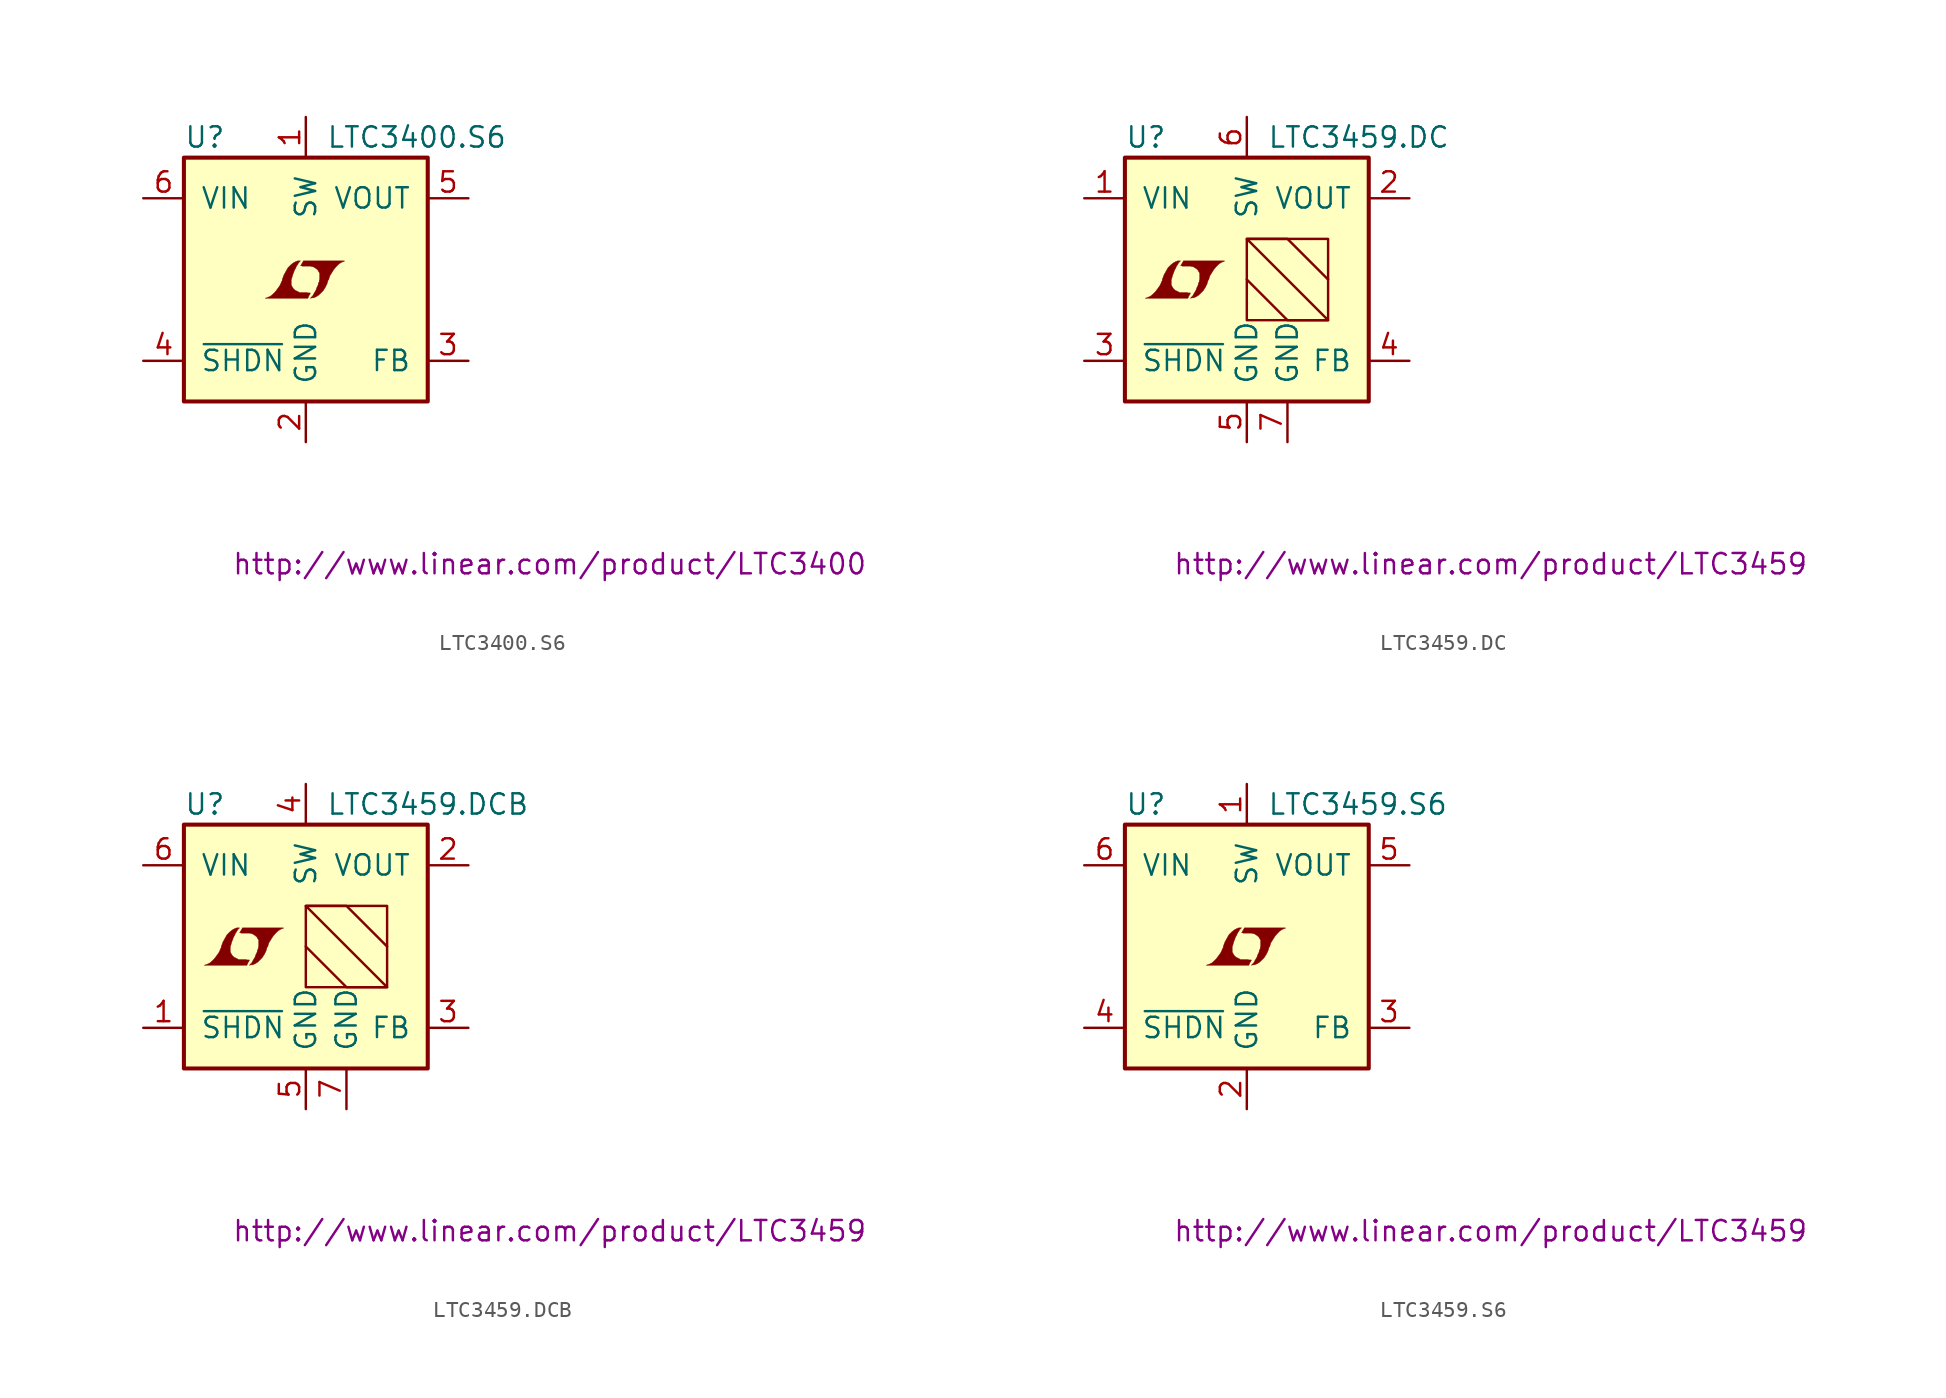
<source format=kicad_sym>
(kicad_symbol_lib
  (version 20201005)
  (generator kicad_symbol_editor)
  (symbol "LTC3400.S6"
    (pin_names
      (offset 1.016))
    (property "Reference" "U"
      (at -7.62 8.89 0)
      (effects (font (size 1.27 1.27)) (justify left)))
    (property "Value" "LTC3400.S6"
      (at 1.27 8.89 0)
      (effects (font (size 1.27 1.27)) (justify left)))
    (property "Datasheet" "http://www.linear.com/product/LTC3400"
      (at 15.24 -17.78 0)
      (effects (font (size 1.27 1.27))))
    (symbol "LTC3400.S6_0_0"
      (polyline (pts (xy 0.203 -0.991) (xy 0.229 -0.965) (xy 0.279 -0.864) (xy 0.279 -0.838) (xy 0.152 -0.838) (xy 0.051 -0.813) (xy -0.406 -0.813) (xy -0.432 -0.787) (xy -0.686 -0.66) (xy -0.787 -0.559) (xy -0.864 -0.432) (xy -0.914 -0.33) (xy -0.914 -0.025) (xy -0.864 0.127) (xy -0.838 0.229) (xy -0.813 0.305) (xy -0.762 0.432) (xy -0.711 0.584) (xy -0.635 0.711) (xy -0.584 0.838) (xy -0.508 0.94) (xy -0.457 1.041) (xy -0.33 1.168) (xy -0.508 1.168) (xy -0.635 1.118) (xy -0.737 1.067) (xy -0.813 1.016) (xy -0.94 0.914) (xy -1.118 0.737) (xy -1.372 0.279) (xy -1.473 0) (xy -1.473 -0.051) (xy -1.524 -0.152) (xy -1.575 -0.279) (xy -1.626 -0.381) (xy -1.753 -0.559) (xy -1.905 -0.762) (xy -2.057 -0.914) (xy -2.21 -1.041) (xy -2.388 -1.118) (xy -2.54 -1.168) (xy 0.127 -1.168) (xy 0.203 -0.991)) (stroke (width 0.025)) (fill (type outline)))
      (polyline (pts (xy 0.406 -1.143) (xy 0.483 -1.143) (xy 0.66 -1.067) (xy 0.813 -0.965) (xy 1.092 -0.686) (xy 1.219 -0.483) (xy 1.321 -0.279) (xy 1.397 -0.025) (xy 1.422 -0.025) (xy 1.499 0.229) (xy 1.753 0.635) (xy 1.905 0.813) (xy 2.057 0.965) (xy 2.21 1.067) (xy 2.388 1.143) (xy 2.413 1.143) (xy 2.413 1.168) (xy -0.152 1.168) (xy -0.229 1.016) (xy -0.254 0.991) (xy -0.305 0.889) (xy -0.33 0.864) (xy -0.279 0.864) (xy -0.229 0.838) (xy 0.305 0.838) (xy 0.356 0.813) (xy 0.406 0.813) (xy 0.483 0.787) (xy 0.61 0.711) (xy 0.737 0.61) (xy 0.813 0.483) (xy 0.838 0.432) (xy 0.864 0.406) (xy 0.864 0) (xy 0.838 -0.051) (xy 0.838 -0.127) (xy 0.787 -0.229) (xy 0.762 -0.356) (xy 0.686 -0.508) (xy 0.635 -0.66) (xy 0.483 -0.914) (xy 0.432 -1.016) (xy 0.279 -1.168) (xy 0.406 -1.143)) (stroke (width 0.025)) (fill (type outline))))
    (symbol "LTC3400.S6_0_1"
      (rectangle (start -7.62 7.62) (end 7.62 -7.62) (stroke (width 0.254)) (fill (type background))))
    (symbol "LTC3400.S6_1_1"
      (pin passive line (at 0 10.16 270) (length 2.54) (name "SW" (effects (font (size 1.27 1.27)))) (number "1" (effects (font (size 1.27 1.27)))))
      (pin power_in line (at 0 -10.16 90) (length 2.54) (name "GND" (effects (font (size 1.27 1.27)))) (number "2" (effects (font (size 1.27 1.27)))))
      (pin passive line (at 10.16 -5.08 180) (length 2.54) (name "FB" (effects (font (size 1.27 1.27)))) (number "3" (effects (font (size 1.27 1.27)))))
      (pin input line (at -10.16 -5.08 0) (length 2.54) (name "~SHDN~" (effects (font (size 1.27 1.27)))) (number "4" (effects (font (size 1.27 1.27)))))
      (pin power_out line (at 10.16 5.08 180) (length 2.54) (name "VOUT" (effects (font (size 1.27 1.27)))) (number "5" (effects (font (size 1.27 1.27)))))
      (pin power_in line (at -10.16 5.08 0) (length 2.54) (name "VIN" (effects (font (size 1.27 1.27)))) (number "6" (effects (font (size 1.27 1.27)))))))
  (symbol "LTC3459.DC"
    (pin_names
      (offset 1.016))
    (property "Reference" "U"
      (at -7.62 8.89 0)
      (effects (font (size 1.27 1.27)) (justify left)))
    (property "Value" "LTC3459.DC"
      (at 1.27 8.89 0)
      (effects (font (size 1.27 1.27)) (justify left)))
    (property "Datasheet" "http://www.linear.com/product/LTC3459"
      (at 15.24 -17.78 0)
      (effects (font (size 1.27 1.27))))
    (symbol "LTC3459.DC_0_0"
      (polyline (pts (xy -3.607 -0.991) (xy -3.581 -0.965) (xy -3.531 -0.864) (xy -3.531 -0.838) (xy -3.658 -0.838) (xy -3.759 -0.813) (xy -4.216 -0.813) (xy -4.242 -0.787) (xy -4.496 -0.66) (xy -4.597 -0.559) (xy -4.674 -0.432) (xy -4.724 -0.33) (xy -4.724 -0.025) (xy -4.674 0.127) (xy -4.648 0.229) (xy -4.623 0.305) (xy -4.572 0.432) (xy -4.521 0.584) (xy -4.445 0.711) (xy -4.394 0.838) (xy -4.318 0.94) (xy -4.267 1.041) (xy -4.14 1.168) (xy -4.318 1.168) (xy -4.445 1.118) (xy -4.547 1.067) (xy -4.623 1.016) (xy -4.75 0.914) (xy -4.928 0.737) (xy -5.182 0.279) (xy -5.283 0) (xy -5.283 -0.051) (xy -5.334 -0.152) (xy -5.385 -0.279) (xy -5.436 -0.381) (xy -5.563 -0.559) (xy -5.715 -0.762) (xy -5.867 -0.914) (xy -6.02 -1.041) (xy -6.198 -1.118) (xy -6.35 -1.168) (xy -3.683 -1.168) (xy -3.607 -0.991)) (stroke (width 0.025)) (fill (type outline)))
      (polyline (pts (xy -3.404 -1.143) (xy -3.327 -1.143) (xy -3.15 -1.067) (xy -2.997 -0.965) (xy -2.718 -0.686) (xy -2.591 -0.483) (xy -2.489 -0.279) (xy -2.413 -0.025) (xy -2.388 -0.025) (xy -2.311 0.229) (xy -2.057 0.635) (xy -1.905 0.813) (xy -1.753 0.965) (xy -1.6 1.067) (xy -1.422 1.143) (xy -1.397 1.143) (xy -1.397 1.168) (xy -3.962 1.168) (xy -4.039 1.016) (xy -4.064 0.991) (xy -4.115 0.889) (xy -4.14 0.864) (xy -4.089 0.864) (xy -4.039 0.838) (xy -3.505 0.838) (xy -3.454 0.813) (xy -3.404 0.813) (xy -3.327 0.787) (xy -3.2 0.711) (xy -3.073 0.61) (xy -2.997 0.483) (xy -2.972 0.432) (xy -2.946 0.406) (xy -2.946 0) (xy -2.972 -0.051) (xy -2.972 -0.127) (xy -3.023 -0.229) (xy -3.048 -0.356) (xy -3.124 -0.508) (xy -3.175 -0.66) (xy -3.327 -0.914) (xy -3.378 -1.016) (xy -3.531 -1.168) (xy -3.404 -1.143)) (stroke (width 0.025)) (fill (type outline))))
    (symbol "LTC3459.DC_0_1"
      (rectangle (start -7.62 7.62) (end 7.62 -7.62) (stroke (width 0.254)) (fill (type background)))
      (rectangle (start 0 2.54) (end 5.08 -2.54) (stroke (width 0)) (fill (type none)))
      (polyline (pts (xy 0 0) (xy 2.54 -2.54) (xy 5.08 -2.54) (xy 0 2.54) (xy 2.54 2.54) (xy 5.08 0)) (stroke (width 0)) (fill (type none))))
    (symbol "LTC3459.DC_1_1"
      (pin power_in line (at -10.16 5.08 0) (length 2.54) (name "VIN" (effects (font (size 1.27 1.27)))) (number "1" (effects (font (size 1.27 1.27)))))
      (pin power_out line (at 10.16 5.08 180) (length 2.54) (name "VOUT" (effects (font (size 1.27 1.27)))) (number "2" (effects (font (size 1.27 1.27)))))
      (pin input line (at -10.16 -5.08 0) (length 2.54) (name "~SHDN~" (effects (font (size 1.27 1.27)))) (number "3" (effects (font (size 1.27 1.27)))))
      (pin passive line (at 10.16 -5.08 180) (length 2.54) (name "FB" (effects (font (size 1.27 1.27)))) (number "4" (effects (font (size 1.27 1.27)))))
      (pin power_in line (at 0 -10.16 90) (length 2.54) (name "GND" (effects (font (size 1.27 1.27)))) (number "5" (effects (font (size 1.27 1.27)))))
      (pin passive line (at 0 10.16 270) (length 2.54) (name "SW" (effects (font (size 1.27 1.27)))) (number "6" (effects (font (size 1.27 1.27)))))
      (pin power_in line (at 2.54 -10.16 90) (length 2.54) (name "GND" (effects (font (size 1.27 1.27)))) (number "7" (effects (font (size 1.27 1.27)))))))
  (symbol "LTC3459.DCB"
    (pin_names
      (offset 1.016))
    (property "Reference" "U"
      (at -7.62 8.89 0)
      (effects (font (size 1.27 1.27)) (justify left)))
    (property "Value" "LTC3459.DCB"
      (at 1.27 8.89 0)
      (effects (font (size 1.27 1.27)) (justify left)))
    (property "Datasheet" "http://www.linear.com/product/LTC3459"
      (at 15.24 -17.78 0)
      (effects (font (size 1.27 1.27))))
    (symbol "LTC3459.DCB_0_0"
      (polyline (pts (xy -3.607 -0.991) (xy -3.581 -0.965) (xy -3.531 -0.864) (xy -3.531 -0.838) (xy -3.658 -0.838) (xy -3.759 -0.813) (xy -4.216 -0.813) (xy -4.242 -0.787) (xy -4.496 -0.66) (xy -4.597 -0.559) (xy -4.674 -0.432) (xy -4.724 -0.33) (xy -4.724 -0.025) (xy -4.674 0.127) (xy -4.648 0.229) (xy -4.623 0.305) (xy -4.572 0.432) (xy -4.521 0.584) (xy -4.445 0.711) (xy -4.394 0.838) (xy -4.318 0.94) (xy -4.267 1.041) (xy -4.14 1.168) (xy -4.318 1.168) (xy -4.445 1.118) (xy -4.547 1.067) (xy -4.623 1.016) (xy -4.75 0.914) (xy -4.928 0.737) (xy -5.182 0.279) (xy -5.283 0) (xy -5.283 -0.051) (xy -5.334 -0.152) (xy -5.385 -0.279) (xy -5.436 -0.381) (xy -5.563 -0.559) (xy -5.715 -0.762) (xy -5.867 -0.914) (xy -6.02 -1.041) (xy -6.198 -1.118) (xy -6.35 -1.168) (xy -3.683 -1.168) (xy -3.607 -0.991)) (stroke (width 0.025)) (fill (type outline)))
      (polyline (pts (xy -3.404 -1.143) (xy -3.327 -1.143) (xy -3.15 -1.067) (xy -2.997 -0.965) (xy -2.718 -0.686) (xy -2.591 -0.483) (xy -2.489 -0.279) (xy -2.413 -0.025) (xy -2.388 -0.025) (xy -2.311 0.229) (xy -2.057 0.635) (xy -1.905 0.813) (xy -1.753 0.965) (xy -1.6 1.067) (xy -1.422 1.143) (xy -1.397 1.143) (xy -1.397 1.168) (xy -3.962 1.168) (xy -4.039 1.016) (xy -4.064 0.991) (xy -4.115 0.889) (xy -4.14 0.864) (xy -4.089 0.864) (xy -4.039 0.838) (xy -3.505 0.838) (xy -3.454 0.813) (xy -3.404 0.813) (xy -3.327 0.787) (xy -3.2 0.711) (xy -3.073 0.61) (xy -2.997 0.483) (xy -2.972 0.432) (xy -2.946 0.406) (xy -2.946 0) (xy -2.972 -0.051) (xy -2.972 -0.127) (xy -3.023 -0.229) (xy -3.048 -0.356) (xy -3.124 -0.508) (xy -3.175 -0.66) (xy -3.327 -0.914) (xy -3.378 -1.016) (xy -3.531 -1.168) (xy -3.404 -1.143)) (stroke (width 0.025)) (fill (type outline))))
    (symbol "LTC3459.DCB_0_1"
      (rectangle (start -7.62 7.62) (end 7.62 -7.62) (stroke (width 0.254)) (fill (type background)))
      (rectangle (start 0 2.54) (end 5.08 -2.54) (stroke (width 0)) (fill (type none)))
      (polyline (pts (xy 0 0) (xy 2.54 -2.54) (xy 5.08 -2.54) (xy 0 2.54) (xy 2.54 2.54) (xy 5.08 0)) (stroke (width 0)) (fill (type none))))
    (symbol "LTC3459.DCB_1_1"
      (pin input line (at -10.16 -5.08 0) (length 2.54) (name "~SHDN~" (effects (font (size 1.27 1.27)))) (number "1" (effects (font (size 1.27 1.27)))))
      (pin power_out line (at 10.16 5.08 180) (length 2.54) (name "VOUT" (effects (font (size 1.27 1.27)))) (number "2" (effects (font (size 1.27 1.27)))))
      (pin passive line (at 10.16 -5.08 180) (length 2.54) (name "FB" (effects (font (size 1.27 1.27)))) (number "3" (effects (font (size 1.27 1.27)))))
      (pin passive line (at 0 10.16 270) (length 2.54) (name "SW" (effects (font (size 1.27 1.27)))) (number "4" (effects (font (size 1.27 1.27)))))
      (pin power_in line (at 0 -10.16 90) (length 2.54) (name "GND" (effects (font (size 1.27 1.27)))) (number "5" (effects (font (size 1.27 1.27)))))
      (pin power_in line (at -10.16 5.08 0) (length 2.54) (name "VIN" (effects (font (size 1.27 1.27)))) (number "6" (effects (font (size 1.27 1.27)))))
      (pin power_in line (at 2.54 -10.16 90) (length 2.54) (name "GND" (effects (font (size 1.27 1.27)))) (number "7" (effects (font (size 1.27 1.27)))))))
  (symbol "LTC3459.S6"
    (pin_names
      (offset 1.016))
    (property "Reference" "U"
      (at -7.62 8.89 0)
      (effects (font (size 1.27 1.27)) (justify left)))
    (property "Value" "LTC3459.S6"
      (at 1.27 8.89 0)
      (effects (font (size 1.27 1.27)) (justify left)))
    (property "Datasheet" "http://www.linear.com/product/LTC3459"
      (at 15.24 -17.78 0)
      (effects (font (size 1.27 1.27))))
    (symbol "LTC3459.S6_0_0"
      (polyline (pts (xy 0.203 -0.991) (xy 0.229 -0.965) (xy 0.279 -0.864) (xy 0.279 -0.838) (xy 0.152 -0.838) (xy 0.051 -0.813) (xy -0.406 -0.813) (xy -0.432 -0.787) (xy -0.686 -0.66) (xy -0.787 -0.559) (xy -0.864 -0.432) (xy -0.914 -0.33) (xy -0.914 -0.025) (xy -0.864 0.127) (xy -0.838 0.229) (xy -0.813 0.305) (xy -0.762 0.432) (xy -0.711 0.584) (xy -0.635 0.711) (xy -0.584 0.838) (xy -0.508 0.94) (xy -0.457 1.041) (xy -0.33 1.168) (xy -0.508 1.168) (xy -0.635 1.118) (xy -0.737 1.067) (xy -0.813 1.016) (xy -0.94 0.914) (xy -1.118 0.737) (xy -1.372 0.279) (xy -1.473 0) (xy -1.473 -0.051) (xy -1.524 -0.152) (xy -1.575 -0.279) (xy -1.626 -0.381) (xy -1.753 -0.559) (xy -1.905 -0.762) (xy -2.057 -0.914) (xy -2.21 -1.041) (xy -2.388 -1.118) (xy -2.54 -1.168) (xy 0.127 -1.168) (xy 0.203 -0.991)) (stroke (width 0.025)) (fill (type outline)))
      (polyline (pts (xy 0.406 -1.143) (xy 0.483 -1.143) (xy 0.66 -1.067) (xy 0.813 -0.965) (xy 1.092 -0.686) (xy 1.219 -0.483) (xy 1.321 -0.279) (xy 1.397 -0.025) (xy 1.422 -0.025) (xy 1.499 0.229) (xy 1.753 0.635) (xy 1.905 0.813) (xy 2.057 0.965) (xy 2.21 1.067) (xy 2.388 1.143) (xy 2.413 1.143) (xy 2.413 1.168) (xy -0.152 1.168) (xy -0.229 1.016) (xy -0.254 0.991) (xy -0.305 0.889) (xy -0.33 0.864) (xy -0.279 0.864) (xy -0.229 0.838) (xy 0.305 0.838) (xy 0.356 0.813) (xy 0.406 0.813) (xy 0.483 0.787) (xy 0.61 0.711) (xy 0.737 0.61) (xy 0.813 0.483) (xy 0.838 0.432) (xy 0.864 0.406) (xy 0.864 0) (xy 0.838 -0.051) (xy 0.838 -0.127) (xy 0.787 -0.229) (xy 0.762 -0.356) (xy 0.686 -0.508) (xy 0.635 -0.66) (xy 0.483 -0.914) (xy 0.432 -1.016) (xy 0.279 -1.168) (xy 0.406 -1.143)) (stroke (width 0.025)) (fill (type outline))))
    (symbol "LTC3459.S6_0_1"
      (rectangle (start -7.62 7.62) (end 7.62 -7.62) (stroke (width 0.254)) (fill (type background))))
    (symbol "LTC3459.S6_1_1"
      (pin passive line (at 0 10.16 270) (length 2.54) (name "SW" (effects (font (size 1.27 1.27)))) (number "1" (effects (font (size 1.27 1.27)))))
      (pin power_in line (at 0 -10.16 90) (length 2.54) (name "GND" (effects (font (size 1.27 1.27)))) (number "2" (effects (font (size 1.27 1.27)))))
      (pin passive line (at 10.16 -5.08 180) (length 2.54) (name "FB" (effects (font (size 1.27 1.27)))) (number "3" (effects (font (size 1.27 1.27)))))
      (pin input line (at -10.16 -5.08 0) (length 2.54) (name "~SHDN~" (effects (font (size 1.27 1.27)))) (number "4" (effects (font (size 1.27 1.27)))))
      (pin power_out line (at 10.16 5.08 180) (length 2.54) (name "VOUT" (effects (font (size 1.27 1.27)))) (number "5" (effects (font (size 1.27 1.27)))))
      (pin power_in line (at -10.16 5.08 0) (length 2.54) (name "VIN" (effects (font (size 1.27 1.27)))) (number "6" (effects (font (size 1.27 1.27))))))))
</source>
